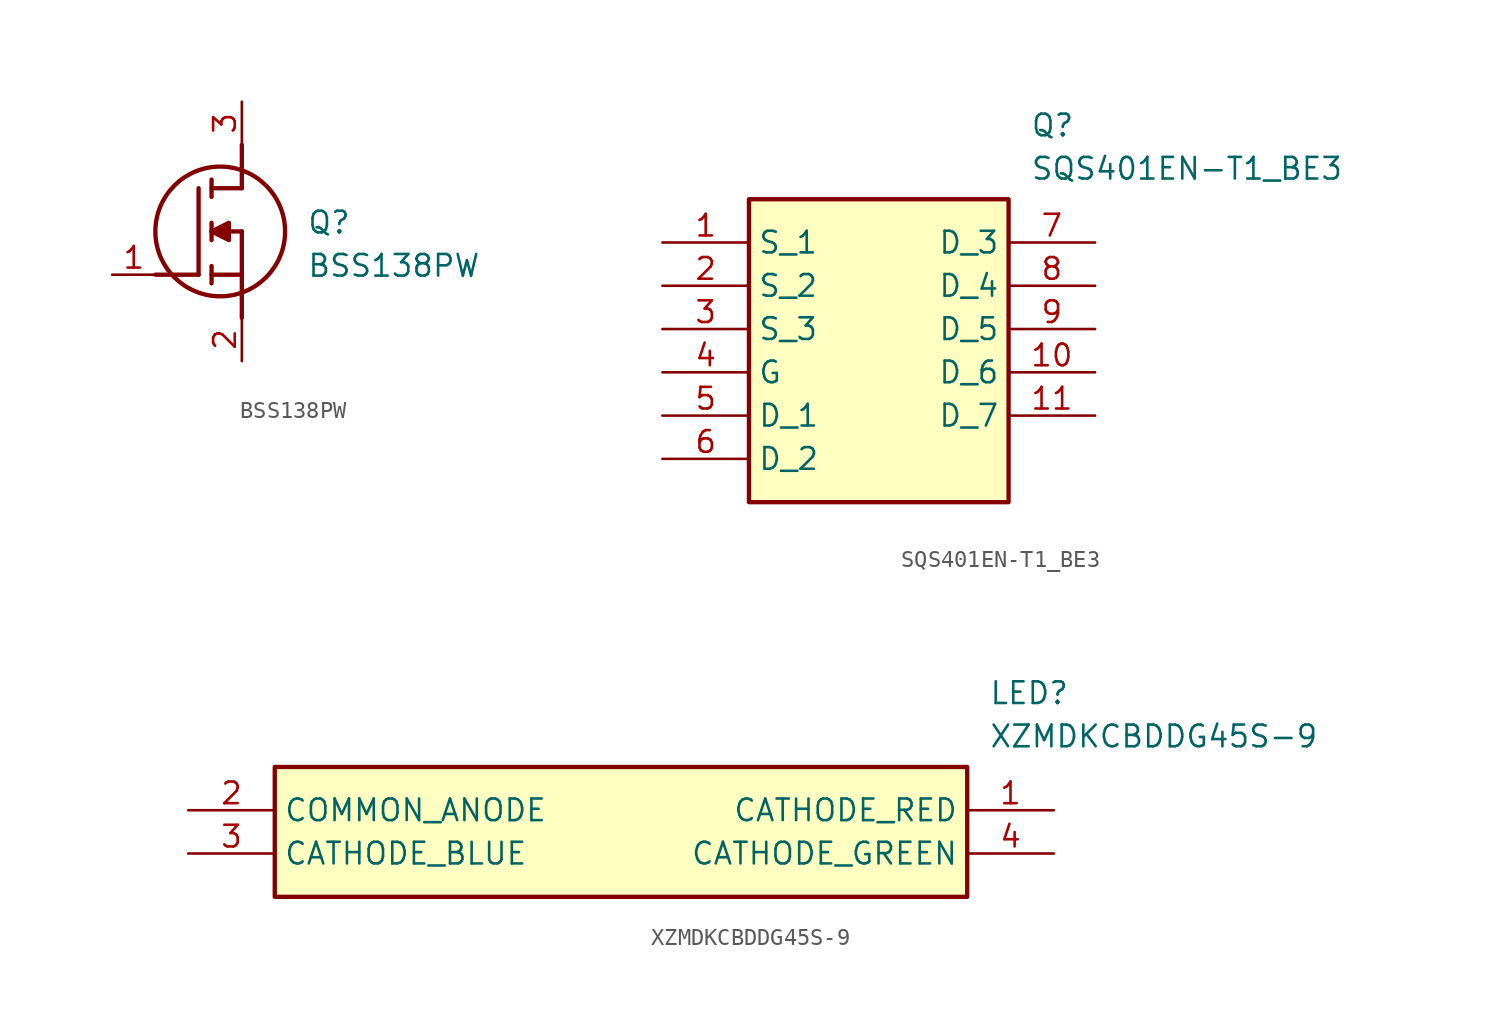
<source format=kicad_sym>
(kicad_symbol_lib
  (version 20241209)
  (generator "kicad_symbol_editor")
  (generator_version "9.0")
  (symbol "BSS138PW"
    (pin_names hide)
    (property "Reference" "Q"
      (at 11.43 3.81 0)
      (effects (font (size 1.27 1.27)) (justify left top)))
    (property "Value" "BSS138PW"
      (at 11.43 1.27 0)
      (effects (font (size 1.27 1.27)) (justify left top)))
    (polyline
      (pts (xy 7.62 2.54) (xy 7.62 -2.54))
      (stroke (width 0.254) (type default))
      (fill (type none)))
    (polyline
      (pts (xy 7.62 5.08) (xy 7.62 7.62))
      (stroke (width 0.254) (type default))
      (fill (type none)))
    (polyline
      (pts (xy 2.54 0) (xy 5.08 0))
      (stroke (width 0.254) (type default))
      (fill (type none)))
    (polyline
      (pts (xy 5.08 5.08) (xy 5.08 0))
      (stroke (width 0.254) (type default))
      (fill (type none)))
    (polyline
      (pts (xy 7.62 2.54) (xy 5.842 2.54))
      (stroke (width 0.254) (type default))
      (fill (type none)))
    (polyline
      (pts (xy 7.62 5.08) (xy 5.842 5.08))
      (stroke (width 0.254) (type default))
      (fill (type none)))
    (polyline
      (pts (xy 5.842 0) (xy 7.62 0))
      (stroke (width 0.254) (type default))
      (fill (type none)))
    (polyline
      (pts (xy 5.842 5.588) (xy 5.842 4.572))
      (stroke (width 0.254) (type default))
      (fill (type none)))
    (polyline
      (pts (xy 5.842 -0.508) (xy 5.842 0.508))
      (stroke (width 0.254) (type default))
      (fill (type none)))
    (polyline
      (pts (xy 5.842 2.032) (xy 5.842 3.048))
      (stroke (width 0.254) (type default))
      (fill (type none)))
    (circle
      (center 6.35 2.54)
      (radius 3.81)
      (stroke (width 0.254) (type default))
      (fill (type none)))
    (polyline
      (pts (xy 5.842 2.54) (xy 6.858 3.048) (xy 6.858 2.032) (xy 5.842 2.54))
      (stroke (width 0.254) (type default))
      (fill (type outline)))
    (pin passive line
      (at 0 0 0)
      (length 2.54)
      (name "G" (effects (font (size 1.27 1.27))))
      (number "1" (effects (font (size 1.27 1.27)))))
    (pin passive line
      (at 7.62 10.16 270)
      (length 2.54)
      (name "D" (effects (font (size 1.27 1.27))))
      (number "3" (effects (font (size 1.27 1.27)))))
    (pin passive line
      (at 7.62 -5.08 90)
      (length 2.54)
      (name "S" (effects (font (size 1.27 1.27))))
      (number "2" (effects (font (size 1.27 1.27))))))
  (symbol "SQS401EN-T1_BE3"
    (property "Reference" "Q"
      (at 21.59 7.62 0)
      (effects (font (size 1.27 1.27)) (justify left top)))
    (property "Value" "SQS401EN-T1_BE3"
      (at 21.59 5.08 0)
      (effects (font (size 1.27 1.27)) (justify left top)))
    (rectangle
      (start 5.08 2.54)
      (end 20.32 -15.24)
      (stroke (width 0.254) (type default))
      (fill (type background)))
    (pin passive line
      (at 0 0 0)
      (length 5.08)
      (name "S_1" (effects (font (size 1.27 1.27))))
      (number "1" (effects (font (size 1.27 1.27)))))
    (pin passive line
      (at 0 -2.54 0)
      (length 5.08)
      (name "S_2" (effects (font (size 1.27 1.27))))
      (number "2" (effects (font (size 1.27 1.27)))))
    (pin passive line
      (at 0 -5.08 0)
      (length 5.08)
      (name "S_3" (effects (font (size 1.27 1.27))))
      (number "3" (effects (font (size 1.27 1.27)))))
    (pin passive line
      (at 0 -7.62 0)
      (length 5.08)
      (name "G" (effects (font (size 1.27 1.27))))
      (number "4" (effects (font (size 1.27 1.27)))))
    (pin passive line
      (at 0 -10.16 0)
      (length 5.08)
      (name "D_1" (effects (font (size 1.27 1.27))))
      (number "5" (effects (font (size 1.27 1.27)))))
    (pin passive line
      (at 0 -12.7 0)
      (length 5.08)
      (name "D_2" (effects (font (size 1.27 1.27))))
      (number "6" (effects (font (size 1.27 1.27)))))
    (pin passive line
      (at 25.4 0 180)
      (length 5.08)
      (name "D_3" (effects (font (size 1.27 1.27))))
      (number "7" (effects (font (size 1.27 1.27)))))
    (pin passive line
      (at 25.4 -2.54 180)
      (length 5.08)
      (name "D_4" (effects (font (size 1.27 1.27))))
      (number "8" (effects (font (size 1.27 1.27)))))
    (pin passive line
      (at 25.4 -5.08 180)
      (length 5.08)
      (name "D_5" (effects (font (size 1.27 1.27))))
      (number "9" (effects (font (size 1.27 1.27)))))
    (pin passive line
      (at 25.4 -7.62 180)
      (length 5.08)
      (name "D_6" (effects (font (size 1.27 1.27))))
      (number "10" (effects (font (size 1.27 1.27)))))
    (pin passive line
      (at 25.4 -10.16 180)
      (length 5.08)
      (name "D_7" (effects (font (size 1.27 1.27))))
      (number "11" (effects (font (size 1.27 1.27))))))
  (symbol "XZMDKCBDDG45S-9"
    (property "Reference" "LED"
      (at 46.99 7.62 0)
      (effects (font (size 1.27 1.27)) (justify left top)))
    (property "Value" "XZMDKCBDDG45S-9"
      (at 46.99 5.08 0)
      (effects (font (size 1.27 1.27)) (justify left top)))
    (rectangle
      (start 5.08 2.54)
      (end 45.72 -5.08)
      (stroke (width 0.254) (type default))
      (fill (type background)))
    (pin passive line
      (at 50.8 0 180)
      (length 5.08)
      (name "CATHODE_RED" (effects (font (size 1.27 1.27))))
      (number "1" (effects (font (size 1.27 1.27)))))
    (pin passive line
      (at 0 0 0)
      (length 5.08)
      (name "COMMON_ANODE" (effects (font (size 1.27 1.27))))
      (number "2" (effects (font (size 1.27 1.27)))))
    (pin passive line
      (at 0 -2.54 0)
      (length 5.08)
      (name "CATHODE_BLUE" (effects (font (size 1.27 1.27))))
      (number "3" (effects (font (size 1.27 1.27)))))
    (pin passive line
      (at 50.8 -2.54 180)
      (length 5.08)
      (name "CATHODE_GREEN" (effects (font (size 1.27 1.27))))
      (number "4" (effects (font (size 1.27 1.27)))))))
</source>
